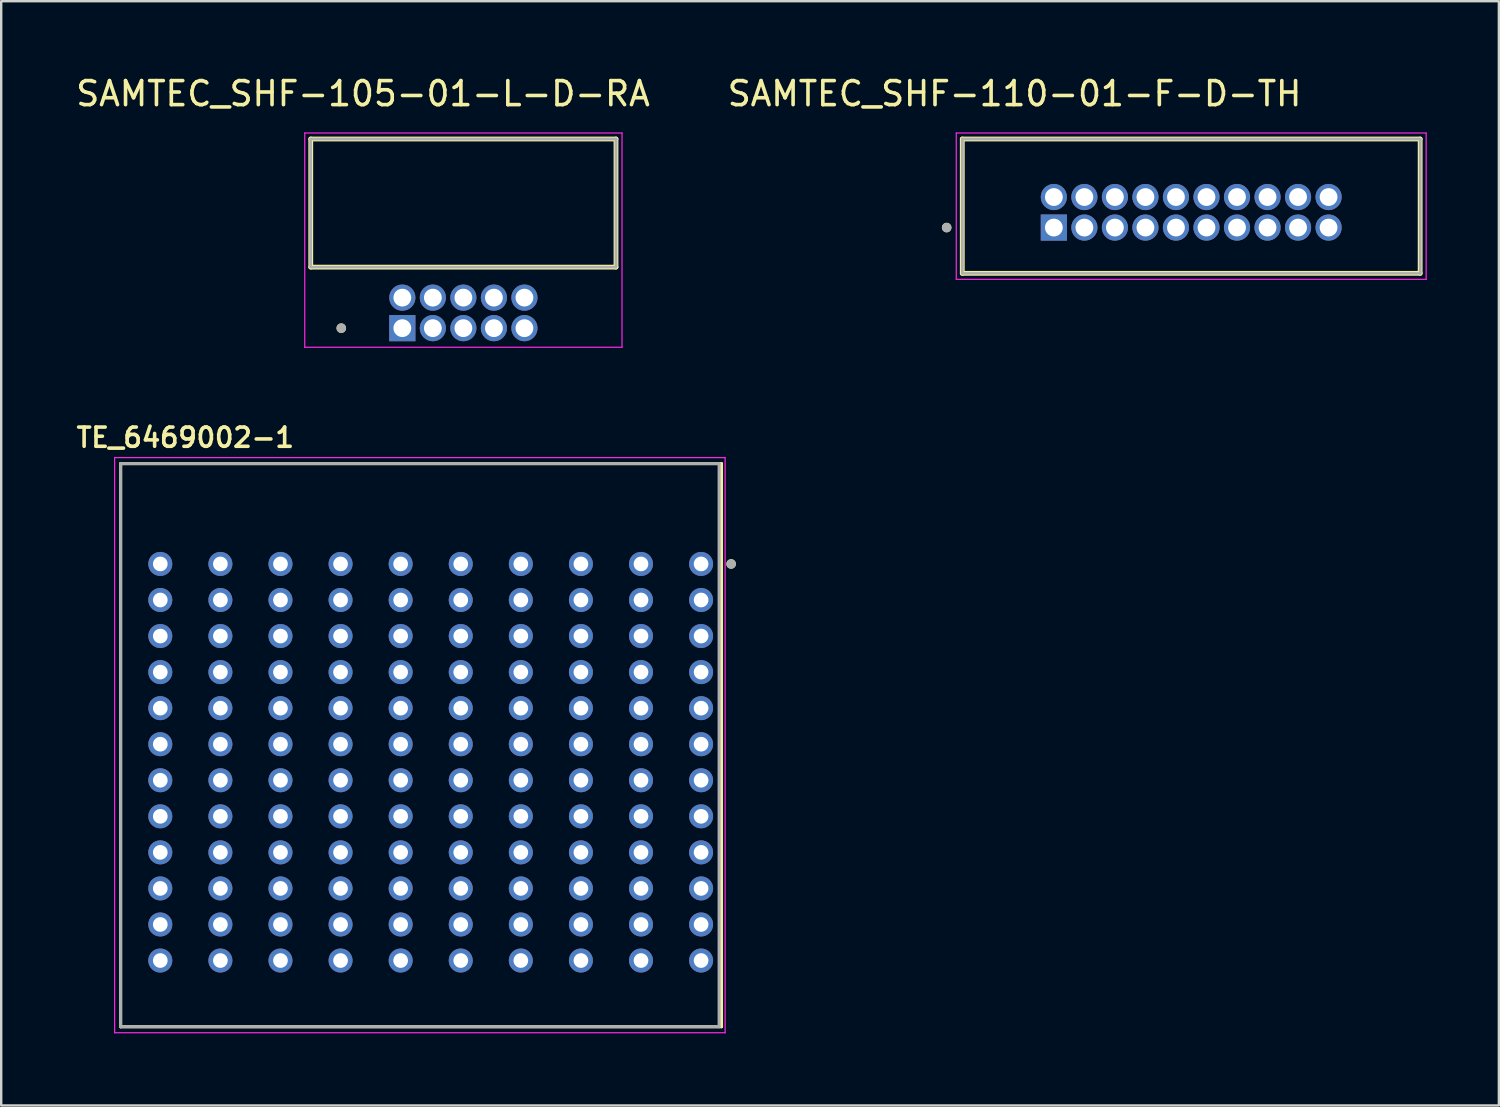
<source format=kicad_pcb>
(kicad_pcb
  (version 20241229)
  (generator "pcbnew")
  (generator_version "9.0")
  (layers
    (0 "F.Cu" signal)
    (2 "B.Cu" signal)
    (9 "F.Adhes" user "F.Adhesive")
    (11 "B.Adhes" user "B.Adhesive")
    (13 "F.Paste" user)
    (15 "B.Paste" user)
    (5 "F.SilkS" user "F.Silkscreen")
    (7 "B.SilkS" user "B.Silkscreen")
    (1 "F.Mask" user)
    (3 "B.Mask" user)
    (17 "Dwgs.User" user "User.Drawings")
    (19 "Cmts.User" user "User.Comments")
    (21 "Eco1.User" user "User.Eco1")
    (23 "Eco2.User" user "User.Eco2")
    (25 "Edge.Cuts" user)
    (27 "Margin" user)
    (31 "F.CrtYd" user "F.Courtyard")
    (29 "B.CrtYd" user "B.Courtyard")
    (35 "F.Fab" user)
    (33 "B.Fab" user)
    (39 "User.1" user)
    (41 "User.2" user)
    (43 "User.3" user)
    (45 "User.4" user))
  (footprint "SAMTEC_SHF-110-01-F-D-TH"
    (layer "F.Cu")
    (at 46.511 5.783)
    (property "Reference" "SAMTEC_SHF-110-01-F-D-TH" (at -7.35 -4.935 0) (layer "F.SilkS") (effects (font (size 1 1) (thickness 0.15))))
    (attr through_hole)
    (fp_line (start -9.525 2.54) (end -9.525 -3.05) (stroke (width 0.2) (type solid)) (layer "F.SilkS"))
    (fp_line (start 9.525 -3.05) (end -9.525 -3.05) (stroke (width 0.2) (type solid)) (layer "F.SilkS"))
    (fp_line (start 9.525 -3.05) (end 9.525 2.54) (stroke (width 0.2) (type solid)) (layer "F.SilkS"))
    (fp_line (start 9.525 2.54) (end -9.525 2.54) (stroke (width 0.2) (type solid)) (layer "F.SilkS"))
    (fp_circle (center -10.175 0.635) (end -10.075 0.635) (stroke (width 0.2) (type solid)) (fill no) (layer "F.SilkS"))
    (fp_line (start -9.775 -3.3) (end 9.775 -3.3) (stroke (width 0.05) (type solid)) (layer "F.CrtYd"))
    (fp_line (start -9.775 2.79) (end -9.775 -3.3) (stroke (width 0.05) (type solid)) (layer "F.CrtYd"))
    (fp_line (start 9.775 -3.3) (end 9.775 2.79) (stroke (width 0.05) (type solid)) (layer "F.CrtYd"))
    (fp_line (start 9.775 2.79) (end -9.775 2.79) (stroke (width 0.05) (type solid)) (layer "F.CrtYd"))
    (fp_line (start -9.525 -3.05) (end 9.525 -3.05) (stroke (width 0.1) (type solid)) (layer "F.Fab"))
    (fp_line (start -9.525 -3.05) (end 9.525 -3.05) (stroke (width 0.1) (type solid)) (layer "F.Fab"))
    (fp_line (start -9.525 2.54) (end -9.525 -3.05) (stroke (width 0.1) (type solid)) (layer "F.Fab"))
    (fp_line (start -9.525 2.54) (end -9.525 -3.05) (stroke (width 0.1) (type solid)) (layer "F.Fab"))
    (fp_line (start 9.525 -3.05) (end 9.525 2.54) (stroke (width 0.1) (type solid)) (layer "F.Fab"))
    (fp_line (start 9.525 -3.05) (end 9.525 2.54) (stroke (width 0.1) (type solid)) (layer "F.Fab"))
    (fp_line (start 9.525 2.54) (end -9.525 2.54) (stroke (width 0.1) (type solid)) (layer "F.Fab"))
    (fp_circle (center -10.175 0.635) (end -10.075 0.635) (stroke (width 0.2) (type solid)) (fill no) (layer "F.Fab"))
    (pad "01" thru_hole rect (at -5.715 0.635) (size 1.09 1.09) (drill 0.74) (layers "*.Cu" "*.Mask"))
    (pad "02" thru_hole circle (at -5.715 -0.635) (size 1.09 1.09) (drill 0.74) (layers "*.Cu" "*.Mask"))
    (pad "03" thru_hole circle (at -4.445 0.635) (size 1.09 1.09) (drill 0.74) (layers "*.Cu" "*.Mask"))
    (pad "04" thru_hole circle (at -4.445 -0.635) (size 1.09 1.09) (drill 0.74) (layers "*.Cu" "*.Mask"))
    (pad "05" thru_hole circle (at -3.175 0.635) (size 1.09 1.09) (drill 0.74) (layers "*.Cu" "*.Mask"))
    (pad "06" thru_hole circle (at -3.175 -0.635) (size 1.09 1.09) (drill 0.74) (layers "*.Cu" "*.Mask"))
    (pad "07" thru_hole circle (at -1.905 0.635) (size 1.09 1.09) (drill 0.74) (layers "*.Cu" "*.Mask"))
    (pad "08" thru_hole circle (at -1.905 -0.635) (size 1.09 1.09) (drill 0.74) (layers "*.Cu" "*.Mask"))
    (pad "09" thru_hole circle (at -0.635 0.635) (size 1.09 1.09) (drill 0.74) (layers "*.Cu" "*.Mask"))
    (pad "10" thru_hole circle (at -0.635 -0.635) (size 1.09 1.09) (drill 0.74) (layers "*.Cu" "*.Mask"))
    (pad "11" thru_hole circle (at 0.635 0.635) (size 1.09 1.09) (drill 0.74) (layers "*.Cu" "*.Mask"))
    (pad "12" thru_hole circle (at 0.635 -0.635) (size 1.09 1.09) (drill 0.74) (layers "*.Cu" "*.Mask"))
    (pad "13" thru_hole circle (at 1.905 0.635) (size 1.09 1.09) (drill 0.74) (layers "*.Cu" "*.Mask"))
    (pad "14" thru_hole circle (at 1.905 -0.635) (size 1.09 1.09) (drill 0.74) (layers "*.Cu" "*.Mask"))
    (pad "15" thru_hole circle (at 3.175 0.635) (size 1.09 1.09) (drill 0.74) (layers "*.Cu" "*.Mask"))
    (pad "16" thru_hole circle (at 3.175 -0.635) (size 1.09 1.09) (drill 0.74) (layers "*.Cu" "*.Mask"))
    (pad "17" thru_hole circle (at 4.445 0.635) (size 1.09 1.09) (drill 0.74) (layers "*.Cu" "*.Mask"))
    (pad "18" thru_hole circle (at 4.445 -0.635) (size 1.09 1.09) (drill 0.74) (layers "*.Cu" "*.Mask"))
    (pad "19" thru_hole circle (at 5.715 0.635) (size 1.09 1.09) (drill 0.74) (layers "*.Cu" "*.Mask"))
    (pad "20" thru_hole circle (at 5.715 -0.635) (size 1.09 1.09) (drill 0.74) (layers "*.Cu" "*.Mask")))
  (footprint "SAMTEC_SHF-105-01-L-D-RA"
    (layer "F.Cu")
    (at 16.229 9.968)
    (property "Reference" "SAMTEC_SHF-105-01-L-D-RA" (at -4.175 -9.12 0) (layer "F.SilkS") (effects (font (size 1 1) (thickness 0.15))))
    (attr through_hole)
    (fp_line (start -6.35 -1.905) (end -6.35 -7.235) (stroke (width 0.2) (type solid)) (layer "F.SilkS"))
    (fp_line (start 6.35 -7.235) (end -6.35 -7.235) (stroke (width 0.2) (type solid)) (layer "F.SilkS"))
    (fp_line (start 6.35 -7.235) (end 6.35 -1.905) (stroke (width 0.2) (type solid)) (layer "F.SilkS"))
    (fp_line (start 6.35 -1.905) (end -6.35 -1.905) (stroke (width 0.2) (type solid)) (layer "F.SilkS"))
    (fp_circle (center -5.08 0.635) (end -4.98 0.635) (stroke (width 0.2) (type solid)) (fill no) (layer "F.SilkS"))
    (fp_line (start -6.6 -7.485) (end 6.6 -7.485) (stroke (width 0.05) (type solid)) (layer "F.CrtYd"))
    (fp_line (start -6.6 1.43) (end -6.6 -7.485) (stroke (width 0.05) (type solid)) (layer "F.CrtYd"))
    (fp_line (start 6.6 -7.485) (end 6.6 1.43) (stroke (width 0.05) (type solid)) (layer "F.CrtYd"))
    (fp_line (start 6.6 1.43) (end -6.6 1.43) (stroke (width 0.05) (type solid)) (layer "F.CrtYd"))
    (fp_line (start -6.35 -7.235) (end 6.35 -7.235) (stroke (width 0.1) (type solid)) (layer "F.Fab"))
    (fp_line (start -6.35 -7.235) (end 6.35 -7.235) (stroke (width 0.1) (type solid)) (layer "F.Fab"))
    (fp_line (start -6.35 -1.905) (end -6.35 -7.235) (stroke (width 0.1) (type solid)) (layer "F.Fab"))
    (fp_line (start -6.35 -1.905) (end -6.35 -7.235) (stroke (width 0.1) (type solid)) (layer "F.Fab"))
    (fp_line (start 6.35 -7.235) (end 6.35 -1.905) (stroke (width 0.1) (type solid)) (layer "F.Fab"))
    (fp_line (start 6.35 -7.235) (end 6.35 -1.905) (stroke (width 0.1) (type solid)) (layer "F.Fab"))
    (fp_line (start 6.35 -1.905) (end -6.35 -1.905) (stroke (width 0.1) (type solid)) (layer "F.Fab"))
    (fp_circle (center -5.08 0.635) (end -4.98 0.635) (stroke (width 0.2) (type solid)) (fill no) (layer "F.Fab"))
    (pad "1" thru_hole rect (at -2.54 0.635) (size 1.09 1.09) (drill 0.74) (layers "*.Cu" "*.Mask"))
    (pad "2" thru_hole circle (at -2.54 -0.635) (size 1.09 1.09) (drill 0.74) (layers "*.Cu" "*.Mask"))
    (pad "3" thru_hole circle (at -1.27 0.635) (size 1.09 1.09) (drill 0.74) (layers "*.Cu" "*.Mask"))
    (pad "4" thru_hole circle (at -1.27 -0.635) (size 1.09 1.09) (drill 0.74) (layers "*.Cu" "*.Mask"))
    (pad "5" thru_hole circle (at 0 0.635) (size 1.09 1.09) (drill 0.74) (layers "*.Cu" "*.Mask"))
    (pad "6" thru_hole circle (at 0 -0.635) (size 1.09 1.09) (drill 0.74) (layers "*.Cu" "*.Mask"))
    (pad "7" thru_hole circle (at 1.27 0.635) (size 1.09 1.09) (drill 0.74) (layers "*.Cu" "*.Mask"))
    (pad "8" thru_hole circle (at 1.27 -0.635) (size 1.09 1.09) (drill 0.74) (layers "*.Cu" "*.Mask"))
    (pad "9" thru_hole circle (at 2.54 0.635) (size 1.09 1.09) (drill 0.74) (layers "*.Cu" "*.Mask"))
    (pad "10" thru_hole circle (at 2.54 -0.635) (size 1.09 1.09) (drill 0.74) (layers "*.Cu" "*.Mask")))
  (footprint "TE_6469002-1"
    (layer "F.Cu")
    (at 14.869 28.663)
    (property "Reference" "TE_6469002-1" (at -10.21 -13.508 0) (layer "F.SilkS") (effects (font (size 0.8 0.8) (thickness 0.15))))
    (attr through_hole)
    (fp_line (start -12.9 -12.425) (end -12.9 11.005) (stroke (width 0.127) (type solid)) (layer "F.SilkS"))
    (fp_line (start -12.9 11.005) (end 12.1 11.005) (stroke (width 0.127) (type solid)) (layer "F.SilkS"))
    (fp_line (start 12.1 -12.425) (end -12.9 -12.425) (stroke (width 0.127) (type solid)) (layer "F.SilkS"))
    (fp_line (start 12.1 11.005) (end 12.1 -12.425) (stroke (width 0.127) (type solid)) (layer "F.SilkS"))
    (fp_circle (center 12.5 -8.25) (end 12.6 -8.25) (stroke (width 0.2) (type solid)) (fill no) (layer "F.SilkS"))
    (fp_line (start -13.15 -12.675) (end -13.15 11.255) (stroke (width 0.05) (type solid)) (layer "F.CrtYd"))
    (fp_line (start -13.15 11.255) (end 12.25 11.255) (stroke (width 0.05) (type solid)) (layer "F.CrtYd"))
    (fp_line (start 12.25 -12.675) (end -13.15 -12.675) (stroke (width 0.05) (type solid)) (layer "F.CrtYd"))
    (fp_line (start 12.25 11.255) (end 12.25 -12.675) (stroke (width 0.05) (type solid)) (layer "F.CrtYd"))
    (fp_line (start -12.9 -12.425) (end -12.9 11.005) (stroke (width 0.127) (type solid)) (layer "F.Fab"))
    (fp_line (start -12.9 11.005) (end 12 11.005) (stroke (width 0.127) (type solid)) (layer "F.Fab"))
    (fp_line (start 12 -12.425) (end -12.9 -12.425) (stroke (width 0.127) (type solid)) (layer "F.Fab"))
    (fp_line (start 12 11.005) (end 12 -12.425) (stroke (width 0.127) (type solid)) (layer "F.Fab"))
    (fp_circle (center 12.5 -8.25) (end 12.6 -8.25) (stroke (width 0.2) (type solid)) (fill no) (layer "F.Fab"))
    (pad "A1" thru_hole circle (at 11.25 -8.25) (size 1 1) (drill 0.61) (layers "*.Cu" "*.Mask"))
    (pad "A2" thru_hole circle (at 8.75 -8.25) (size 1 1) (drill 0.61) (layers "*.Cu" "*.Mask"))
    (pad "A3" thru_hole circle (at 6.25 -8.25) (size 1 1) (drill 0.61) (layers "*.Cu" "*.Mask"))
    (pad "A4" thru_hole circle (at 3.75 -8.25) (size 1 1) (drill 0.61) (layers "*.Cu" "*.Mask"))
    (pad "A5" thru_hole circle (at 1.25 -8.25) (size 1 1) (drill 0.61) (layers "*.Cu" "*.Mask"))
    (pad "A6" thru_hole circle (at -1.25 -8.25) (size 1 1) (drill 0.61) (layers "*.Cu" "*.Mask"))
    (pad "A7" thru_hole circle (at -3.75 -8.25) (size 1 1) (drill 0.61) (layers "*.Cu" "*.Mask"))
    (pad "A8" thru_hole circle (at -6.25 -8.25) (size 1 1) (drill 0.61) (layers "*.Cu" "*.Mask"))
    (pad "A9" thru_hole circle (at -8.75 -8.25) (size 1 1) (drill 0.61) (layers "*.Cu" "*.Mask"))
    (pad "A10" thru_hole circle (at -11.25 -8.25) (size 1 1) (drill 0.61) (layers "*.Cu" "*.Mask"))
    (pad "B1" thru_hole circle (at 11.25 -6.75) (size 1 1) (drill 0.61) (layers "*.Cu" "*.Mask"))
    (pad "B2" thru_hole circle (at 8.75 -6.75) (size 1 1) (drill 0.61) (layers "*.Cu" "*.Mask"))
    (pad "B3" thru_hole circle (at 6.25 -6.75) (size 1 1) (drill 0.61) (layers "*.Cu" "*.Mask"))
    (pad "B4" thru_hole circle (at 3.75 -6.75) (size 1 1) (drill 0.61) (layers "*.Cu" "*.Mask"))
    (pad "B5" thru_hole circle (at 1.25 -6.75) (size 1 1) (drill 0.61) (layers "*.Cu" "*.Mask"))
    (pad "B6" thru_hole circle (at -1.25 -6.75) (size 1 1) (drill 0.61) (layers "*.Cu" "*.Mask"))
    (pad "B7" thru_hole circle (at -3.75 -6.75) (size 1 1) (drill 0.61) (layers "*.Cu" "*.Mask"))
    (pad "B8" thru_hole circle (at -6.25 -6.75) (size 1 1) (drill 0.61) (layers "*.Cu" "*.Mask"))
    (pad "B9" thru_hole circle (at -8.75 -6.75) (size 1 1) (drill 0.61) (layers "*.Cu" "*.Mask"))
    (pad "B10" thru_hole circle (at -11.25 -6.75) (size 1 1) (drill 0.61) (layers "*.Cu" "*.Mask"))
    (pad "BG1" thru_hole circle (at 11.25 -5.25) (size 1 1) (drill 0.61) (layers "*.Cu" "*.Mask"))
    (pad "BG2" thru_hole circle (at 8.75 -5.25) (size 1 1) (drill 0.61) (layers "*.Cu" "*.Mask"))
    (pad "BG3" thru_hole circle (at 6.25 -5.25) (size 1 1) (drill 0.61) (layers "*.Cu" "*.Mask"))
    (pad "BG4" thru_hole circle (at 3.75 -5.25) (size 1 1) (drill 0.61) (layers "*.Cu" "*.Mask"))
    (pad "BG5" thru_hole circle (at 1.25 -5.25) (size 1 1) (drill 0.61) (layers "*.Cu" "*.Mask"))
    (pad "BG6" thru_hole circle (at -1.25 -5.25) (size 1 1) (drill 0.61) (layers "*.Cu" "*.Mask"))
    (pad "BG7" thru_hole circle (at -3.75 -5.25) (size 1 1) (drill 0.61) (layers "*.Cu" "*.Mask"))
    (pad "BG8" thru_hole circle (at -6.25 -5.25) (size 1 1) (drill 0.61) (layers "*.Cu" "*.Mask"))
    (pad "BG9" thru_hole circle (at -8.75 -5.25) (size 1 1) (drill 0.61) (layers "*.Cu" "*.Mask"))
    (pad "BG10" thru_hole circle (at -11.25 -5.25) (size 1 1) (drill 0.61) (layers "*.Cu" "*.Mask"))
    (pad "C1" thru_hole circle (at 11.25 -3.75) (size 1 1) (drill 0.61) (layers "*.Cu" "*.Mask"))
    (pad "C2" thru_hole circle (at 8.75 -3.75) (size 1 1) (drill 0.61) (layers "*.Cu" "*.Mask"))
    (pad "C3" thru_hole circle (at 6.25 -3.75) (size 1 1) (drill 0.61) (layers "*.Cu" "*.Mask"))
    (pad "C4" thru_hole circle (at 3.75 -3.75) (size 1 1) (drill 0.61) (layers "*.Cu" "*.Mask"))
    (pad "C5" thru_hole circle (at 1.25 -3.75) (size 1 1) (drill 0.61) (layers "*.Cu" "*.Mask"))
    (pad "C6" thru_hole circle (at -1.25 -3.75) (size 1 1) (drill 0.61) (layers "*.Cu" "*.Mask"))
    (pad "C7" thru_hole circle (at -3.75 -3.75) (size 1 1) (drill 0.61) (layers "*.Cu" "*.Mask"))
    (pad "C8" thru_hole circle (at -6.25 -3.75) (size 1 1) (drill 0.61) (layers "*.Cu" "*.Mask"))
    (pad "C9" thru_hole circle (at -8.75 -3.75) (size 1 1) (drill 0.61) (layers "*.Cu" "*.Mask"))
    (pad "C10" thru_hole circle (at -11.25 -3.75) (size 1 1) (drill 0.61) (layers "*.Cu" "*.Mask"))
    (pad "D1" thru_hole circle (at 11.25 -2.25) (size 1 1) (drill 0.61) (layers "*.Cu" "*.Mask"))
    (pad "D2" thru_hole circle (at 8.75 -2.25) (size 1 1) (drill 0.61) (layers "*.Cu" "*.Mask"))
    (pad "D3" thru_hole circle (at 6.25 -2.25) (size 1 1) (drill 0.61) (layers "*.Cu" "*.Mask"))
    (pad "D4" thru_hole circle (at 3.75 -2.25) (size 1 1) (drill 0.61) (layers "*.Cu" "*.Mask"))
    (pad "D5" thru_hole circle (at 1.25 -2.25) (size 1 1) (drill 0.61) (layers "*.Cu" "*.Mask"))
    (pad "D6" thru_hole circle (at -1.25 -2.25) (size 1 1) (drill 0.61) (layers "*.Cu" "*.Mask"))
    (pad "D7" thru_hole circle (at -3.75 -2.25) (size 1 1) (drill 0.61) (layers "*.Cu" "*.Mask"))
    (pad "D8" thru_hole circle (at -6.25 -2.25) (size 1 1) (drill 0.61) (layers "*.Cu" "*.Mask"))
    (pad "D9" thru_hole circle (at -8.75 -2.25) (size 1 1) (drill 0.61) (layers "*.Cu" "*.Mask"))
    (pad "D10" thru_hole circle (at -11.25 -2.25) (size 1 1) (drill 0.61) (layers "*.Cu" "*.Mask"))
    (pad "DG1" thru_hole circle (at 11.25 -0.75) (size 1 1) (drill 0.61) (layers "*.Cu" "*.Mask"))
    (pad "DG2" thru_hole circle (at 8.75 -0.75) (size 1 1) (drill 0.61) (layers "*.Cu" "*.Mask"))
    (pad "DG3" thru_hole circle (at 6.25 -0.75) (size 1 1) (drill 0.61) (layers "*.Cu" "*.Mask"))
    (pad "DG4" thru_hole circle (at 3.75 -0.75) (size 1 1) (drill 0.61) (layers "*.Cu" "*.Mask"))
    (pad "DG5" thru_hole circle (at 1.25 -0.75) (size 1 1) (drill 0.61) (layers "*.Cu" "*.Mask"))
    (pad "DG6" thru_hole circle (at -1.25 -0.75) (size 1 1) (drill 0.61) (layers "*.Cu" "*.Mask"))
    (pad "DG7" thru_hole circle (at -3.75 -0.75) (size 1 1) (drill 0.61) (layers "*.Cu" "*.Mask"))
    (pad "DG8" thru_hole circle (at -6.25 -0.75) (size 1 1) (drill 0.61) (layers "*.Cu" "*.Mask"))
    (pad "DG9" thru_hole circle (at -8.75 -0.75) (size 1 1) (drill 0.61) (layers "*.Cu" "*.Mask"))
    (pad "DG10" thru_hole circle (at -11.25 -0.75) (size 1 1) (drill 0.61) (layers "*.Cu" "*.Mask"))
    (pad "E1" thru_hole circle (at 11.25 0.75) (size 1 1) (drill 0.61) (layers "*.Cu" "*.Mask"))
    (pad "E2" thru_hole circle (at 8.75 0.75) (size 1 1) (drill 0.61) (layers "*.Cu" "*.Mask"))
    (pad "E3" thru_hole circle (at 6.25 0.75) (size 1 1) (drill 0.61) (layers "*.Cu" "*.Mask"))
    (pad "E4" thru_hole circle (at 3.75 0.75) (size 1 1) (drill 0.61) (layers "*.Cu" "*.Mask"))
    (pad "E5" thru_hole circle (at 1.25 0.75) (size 1 1) (drill 0.61) (layers "*.Cu" "*.Mask"))
    (pad "E6" thru_hole circle (at -1.25 0.75) (size 1 1) (drill 0.61) (layers "*.Cu" "*.Mask"))
    (pad "E7" thru_hole circle (at -3.75 0.75) (size 1 1) (drill 0.61) (layers "*.Cu" "*.Mask"))
    (pad "E8" thru_hole circle (at -6.25 0.75) (size 1 1) (drill 0.61) (layers "*.Cu" "*.Mask"))
    (pad "E9" thru_hole circle (at -8.75 0.75) (size 1 1) (drill 0.61) (layers "*.Cu" "*.Mask"))
    (pad "E10" thru_hole circle (at -11.25 0.75) (size 1 1) (drill 0.61) (layers "*.Cu" "*.Mask"))
    (pad "F1" thru_hole circle (at 11.25 2.25) (size 1 1) (drill 0.61) (layers "*.Cu" "*.Mask"))
    (pad "F2" thru_hole circle (at 8.75 2.25) (size 1 1) (drill 0.61) (layers "*.Cu" "*.Mask"))
    (pad "F3" thru_hole circle (at 6.25 2.25) (size 1 1) (drill 0.61) (layers "*.Cu" "*.Mask"))
    (pad "F4" thru_hole circle (at 3.75 2.25) (size 1 1) (drill 0.61) (layers "*.Cu" "*.Mask"))
    (pad "F5" thru_hole circle (at 1.25 2.25) (size 1 1) (drill 0.61) (layers "*.Cu" "*.Mask"))
    (pad "F6" thru_hole circle (at -1.25 2.25) (size 1 1) (drill 0.61) (layers "*.Cu" "*.Mask"))
    (pad "F7" thru_hole circle (at -3.75 2.25) (size 1 1) (drill 0.61) (layers "*.Cu" "*.Mask"))
    (pad "F8" thru_hole circle (at -6.25 2.25) (size 1 1) (drill 0.61) (layers "*.Cu" "*.Mask"))
    (pad "F9" thru_hole circle (at -8.75 2.25) (size 1 1) (drill 0.61) (layers "*.Cu" "*.Mask"))
    (pad "F10" thru_hole circle (at -11.25 2.25) (size 1 1) (drill 0.61) (layers "*.Cu" "*.Mask"))
    (pad "FG1" thru_hole circle (at 11.25 3.75) (size 1 1) (drill 0.61) (layers "*.Cu" "*.Mask"))
    (pad "FG2" thru_hole circle (at 8.75 3.75) (size 1 1) (drill 0.61) (layers "*.Cu" "*.Mask"))
    (pad "FG3" thru_hole circle (at 6.25 3.75) (size 1 1) (drill 0.61) (layers "*.Cu" "*.Mask"))
    (pad "FG4" thru_hole circle (at 3.75 3.75) (size 1 1) (drill 0.61) (layers "*.Cu" "*.Mask"))
    (pad "FG5" thru_hole circle (at 1.25 3.75) (size 1 1) (drill 0.61) (layers "*.Cu" "*.Mask"))
    (pad "FG6" thru_hole circle (at -1.25 3.75) (size 1 1) (drill 0.61) (layers "*.Cu" "*.Mask"))
    (pad "FG7" thru_hole circle (at -3.75 3.75) (size 1 1) (drill 0.61) (layers "*.Cu" "*.Mask"))
    (pad "FG8" thru_hole circle (at -6.25 3.75) (size 1 1) (drill 0.61) (layers "*.Cu" "*.Mask"))
    (pad "FG9" thru_hole circle (at -8.75 3.75) (size 1 1) (drill 0.61) (layers "*.Cu" "*.Mask"))
    (pad "FG10" thru_hole circle (at -11.25 3.75) (size 1 1) (drill 0.61) (layers "*.Cu" "*.Mask"))
    (pad "G1" thru_hole circle (at 11.25 5.25) (size 1 1) (drill 0.61) (layers "*.Cu" "*.Mask"))
    (pad "G2" thru_hole circle (at 8.75 5.25) (size 1 1) (drill 0.61) (layers "*.Cu" "*.Mask"))
    (pad "G3" thru_hole circle (at 6.25 5.25) (size 1 1) (drill 0.61) (layers "*.Cu" "*.Mask"))
    (pad "G4" thru_hole circle (at 3.75 5.25) (size 1 1) (drill 0.61) (layers "*.Cu" "*.Mask"))
    (pad "G5" thru_hole circle (at 1.25 5.25) (size 1 1) (drill 0.61) (layers "*.Cu" "*.Mask"))
    (pad "G6" thru_hole circle (at -1.25 5.25) (size 1 1) (drill 0.61) (layers "*.Cu" "*.Mask"))
    (pad "G7" thru_hole circle (at -3.75 5.25) (size 1 1) (drill 0.61) (layers "*.Cu" "*.Mask"))
    (pad "G8" thru_hole circle (at -6.25 5.25) (size 1 1) (drill 0.61) (layers "*.Cu" "*.Mask"))
    (pad "G9" thru_hole circle (at -8.75 5.25) (size 1 1) (drill 0.61) (layers "*.Cu" "*.Mask"))
    (pad "G10" thru_hole circle (at -11.25 5.25) (size 1 1) (drill 0.61) (layers "*.Cu" "*.Mask"))
    (pad "H1" thru_hole circle (at 11.25 6.75) (size 1 1) (drill 0.61) (layers "*.Cu" "*.Mask"))
    (pad "H2" thru_hole circle (at 8.75 6.75) (size 1 1) (drill 0.61) (layers "*.Cu" "*.Mask"))
    (pad "H3" thru_hole circle (at 6.25 6.75) (size 1 1) (drill 0.61) (layers "*.Cu" "*.Mask"))
    (pad "H4" thru_hole circle (at 3.75 6.75) (size 1 1) (drill 0.61) (layers "*.Cu" "*.Mask"))
    (pad "H5" thru_hole circle (at 1.25 6.75) (size 1 1) (drill 0.61) (layers "*.Cu" "*.Mask"))
    (pad "H6" thru_hole circle (at -1.25 6.75) (size 1 1) (drill 0.61) (layers "*.Cu" "*.Mask"))
    (pad "H7" thru_hole circle (at -3.75 6.75) (size 1 1) (drill 0.61) (layers "*.Cu" "*.Mask"))
    (pad "H8" thru_hole circle (at -6.25 6.75) (size 1 1) (drill 0.61) (layers "*.Cu" "*.Mask"))
    (pad "H9" thru_hole circle (at -8.75 6.75) (size 1 1) (drill 0.61) (layers "*.Cu" "*.Mask"))
    (pad "H10" thru_hole circle (at -11.25 6.75) (size 1 1) (drill 0.61) (layers "*.Cu" "*.Mask"))
    (pad "HG1" thru_hole circle (at 11.25 8.25) (size 1 1) (drill 0.61) (layers "*.Cu" "*.Mask"))
    (pad "HG2" thru_hole circle (at 8.75 8.25) (size 1 1) (drill 0.61) (layers "*.Cu" "*.Mask"))
    (pad "HG3" thru_hole circle (at 6.25 8.25) (size 1 1) (drill 0.61) (layers "*.Cu" "*.Mask"))
    (pad "HG4" thru_hole circle (at 3.75 8.25) (size 1 1) (drill 0.61) (layers "*.Cu" "*.Mask"))
    (pad "HG5" thru_hole circle (at 1.25 8.25) (size 1 1) (drill 0.61) (layers "*.Cu" "*.Mask"))
    (pad "HG6" thru_hole circle (at -1.25 8.25) (size 1 1) (drill 0.61) (layers "*.Cu" "*.Mask"))
    (pad "HG7" thru_hole circle (at -3.75 8.25) (size 1 1) (drill 0.61) (layers "*.Cu" "*.Mask"))
    (pad "HG8" thru_hole circle (at -6.25 8.25) (size 1 1) (drill 0.61) (layers "*.Cu" "*.Mask"))
    (pad "HG9" thru_hole circle (at -8.75 8.25) (size 1 1) (drill 0.61) (layers "*.Cu" "*.Mask"))
    (pad "HG10" thru_hole circle (at -11.25 8.25) (size 1 1) (drill 0.61) (layers "*.Cu" "*.Mask")))
  (gr_rect
    (start -3 -3)
    (end 59.311 42.943)
    (stroke (width 0.1) (type default))
    (fill no)
    (layer "Edge.Cuts")))
</source>
